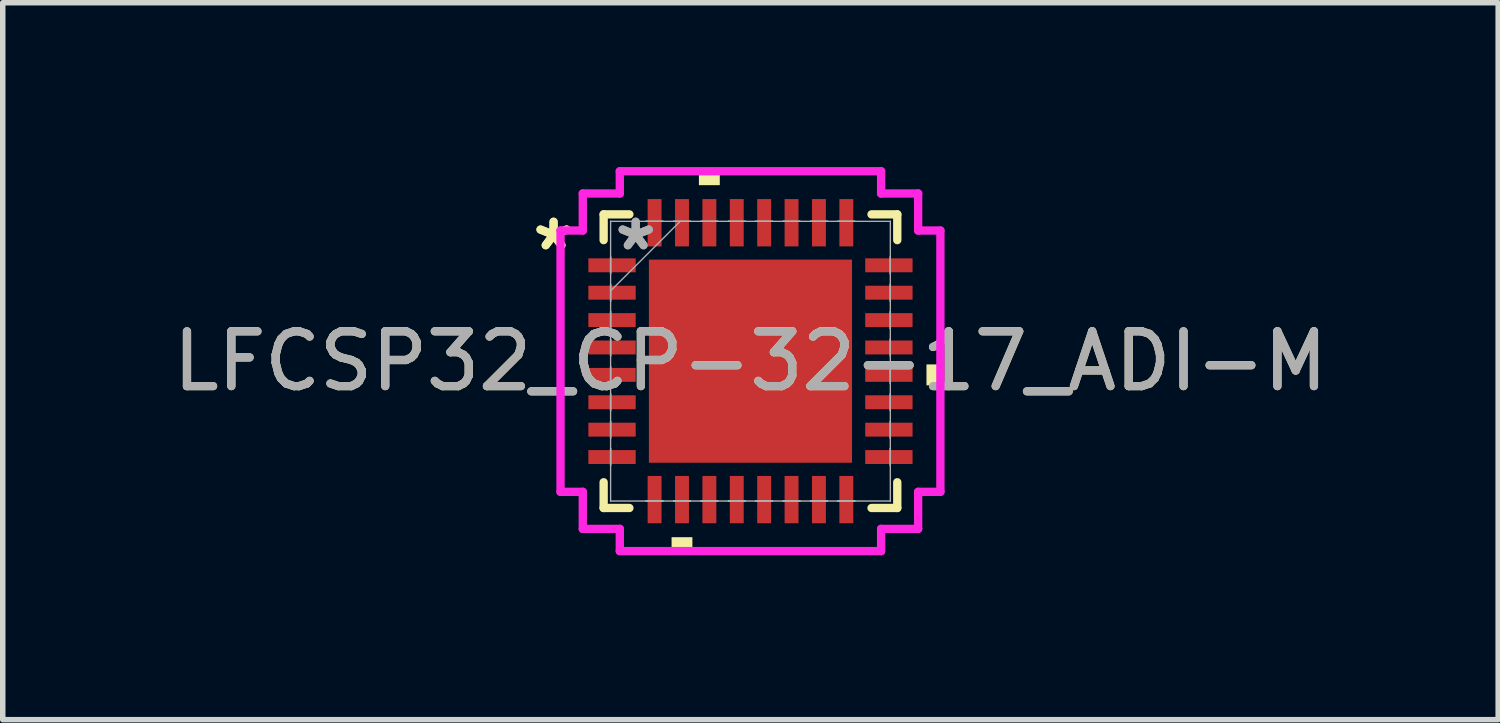
<source format=kicad_pcb>
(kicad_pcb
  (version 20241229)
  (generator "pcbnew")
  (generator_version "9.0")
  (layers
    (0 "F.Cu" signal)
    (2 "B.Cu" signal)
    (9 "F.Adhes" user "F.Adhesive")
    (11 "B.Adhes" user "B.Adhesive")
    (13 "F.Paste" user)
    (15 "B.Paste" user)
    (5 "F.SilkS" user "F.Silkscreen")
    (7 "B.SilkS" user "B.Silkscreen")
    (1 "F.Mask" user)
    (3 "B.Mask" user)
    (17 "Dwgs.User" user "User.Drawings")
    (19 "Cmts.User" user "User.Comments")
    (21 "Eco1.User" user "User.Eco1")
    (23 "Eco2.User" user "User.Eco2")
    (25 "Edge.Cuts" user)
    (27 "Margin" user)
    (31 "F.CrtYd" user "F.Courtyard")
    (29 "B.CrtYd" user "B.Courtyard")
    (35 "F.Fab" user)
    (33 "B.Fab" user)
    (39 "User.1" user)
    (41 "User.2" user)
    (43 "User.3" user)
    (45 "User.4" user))
  (footprint "LFCSP32_CP-32-17_ADI-M"
    (layer "F.Cu")
    (at 10.649 3.543)
    (property "Reference" "LFCSP32_CP-32-17_ADI-M" (at 0 0 0) (unlocked yes) (layer "F.SilkS") (effects (font (size 1 1) (thickness 0.15))))
    (attr smd)
    (fp_line (start -2.68 -2.68) (end -2.68 -2.21) (stroke (width 0.152) (type solid)) (layer "F.SilkS"))
    (fp_line (start -2.68 2.21) (end -2.68 2.68) (stroke (width 0.152) (type solid)) (layer "F.SilkS"))
    (fp_line (start -2.68 2.68) (end -2.21 2.68) (stroke (width 0.152) (type solid)) (layer "F.SilkS"))
    (fp_line (start -2.21 -2.68) (end -2.68 -2.68) (stroke (width 0.152) (type solid)) (layer "F.SilkS"))
    (fp_line (start 2.21 2.68) (end 2.68 2.68) (stroke (width 0.152) (type solid)) (layer "F.SilkS"))
    (fp_line (start 2.68 -2.68) (end 2.21 -2.68) (stroke (width 0.152) (type solid)) (layer "F.SilkS"))
    (fp_line (start 2.68 -2.21) (end 2.68 -2.68) (stroke (width 0.152) (type solid)) (layer "F.SilkS"))
    (fp_line (start 2.68 2.68) (end 2.68 2.21) (stroke (width 0.152) (type solid)) (layer "F.SilkS"))
    (fp_poly (pts (xy -1.44 3.213) (xy -1.44 3.467) (xy -1.06 3.467) (xy -1.06 3.213)) (stroke (width 0) (type solid)) (fill yes) (layer "F.SilkS"))
    (fp_poly (pts (xy -0.941 -3.213) (xy -0.941 -3.467) (xy -0.56 -3.467) (xy -0.56 -3.213)) (stroke (width 0) (type solid)) (fill yes) (layer "F.SilkS"))
    (fp_poly (pts (xy 3.467 0.059) (xy 3.467 0.441) (xy 3.213 0.441) (xy 3.213 0.059)) (stroke (width 0) (type solid)) (fill yes) (layer "F.SilkS"))
    (fp_poly (pts (xy -1.754 -1.754) (xy -1.754 -0.1) (xy -0.1 -0.1) (xy -0.1 -1.754)) (stroke (width 0) (type solid)) (fill yes) (layer "F.Paste"))
    (fp_poly (pts (xy -1.754 0.1) (xy -1.754 1.754) (xy -0.1 1.754) (xy -0.1 0.1)) (stroke (width 0) (type solid)) (fill yes) (layer "F.Paste"))
    (fp_poly (pts (xy 0.1 -1.754) (xy 0.1 -0.1) (xy 1.754 -0.1) (xy 1.754 -1.754)) (stroke (width 0) (type solid)) (fill yes) (layer "F.Paste"))
    (fp_poly (pts (xy 0.1 0.1) (xy 0.1 1.754) (xy 1.754 1.754) (xy 1.754 0.1)) (stroke (width 0) (type solid)) (fill yes) (layer "F.Paste"))
    (fp_line (start -3.467 -2.385) (end -3.061 -2.385) (stroke (width 0.152) (type solid)) (layer "F.CrtYd"))
    (fp_line (start -3.467 2.385) (end -3.467 -2.385) (stroke (width 0.152) (type solid)) (layer "F.CrtYd"))
    (fp_line (start -3.061 -3.061) (end -2.385 -3.061) (stroke (width 0.152) (type solid)) (layer "F.CrtYd"))
    (fp_line (start -3.061 -2.385) (end -3.061 -3.061) (stroke (width 0.152) (type solid)) (layer "F.CrtYd"))
    (fp_line (start -3.061 2.385) (end -3.467 2.385) (stroke (width 0.152) (type solid)) (layer "F.CrtYd"))
    (fp_line (start -3.061 3.061) (end -3.061 2.385) (stroke (width 0.152) (type solid)) (layer "F.CrtYd"))
    (fp_line (start -2.385 -3.467) (end 2.385 -3.467) (stroke (width 0.152) (type solid)) (layer "F.CrtYd"))
    (fp_line (start -2.385 -3.061) (end -2.385 -3.467) (stroke (width 0.152) (type solid)) (layer "F.CrtYd"))
    (fp_line (start -2.385 3.061) (end -3.061 3.061) (stroke (width 0.152) (type solid)) (layer "F.CrtYd"))
    (fp_line (start -2.385 3.467) (end -2.385 3.061) (stroke (width 0.152) (type solid)) (layer "F.CrtYd"))
    (fp_line (start 2.385 -3.467) (end 2.385 -3.061) (stroke (width 0.152) (type solid)) (layer "F.CrtYd"))
    (fp_line (start 2.385 -3.061) (end 3.061 -3.061) (stroke (width 0.152) (type solid)) (layer "F.CrtYd"))
    (fp_line (start 2.385 3.061) (end 2.385 3.467) (stroke (width 0.152) (type solid)) (layer "F.CrtYd"))
    (fp_line (start 2.385 3.467) (end -2.385 3.467) (stroke (width 0.152) (type solid)) (layer "F.CrtYd"))
    (fp_line (start 3.061 -3.061) (end 3.061 -2.385) (stroke (width 0.152) (type solid)) (layer "F.CrtYd"))
    (fp_line (start 3.061 -2.385) (end 3.467 -2.385) (stroke (width 0.152) (type solid)) (layer "F.CrtYd"))
    (fp_line (start 3.061 2.385) (end 3.061 3.061) (stroke (width 0.152) (type solid)) (layer "F.CrtYd"))
    (fp_line (start 3.061 3.061) (end 2.385 3.061) (stroke (width 0.152) (type solid)) (layer "F.CrtYd"))
    (fp_line (start 3.467 -2.385) (end 3.467 2.385) (stroke (width 0.152) (type solid)) (layer "F.CrtYd"))
    (fp_line (start 3.467 2.385) (end 3.061 2.385) (stroke (width 0.152) (type solid)) (layer "F.CrtYd"))
    (fp_line (start -2.553 -2.553) (end -2.553 -2.553) (stroke (width 0.025) (type solid)) (layer "F.Fab"))
    (fp_line (start -2.553 -2.553) (end -2.553 2.553) (stroke (width 0.025) (type solid)) (layer "F.Fab"))
    (fp_line (start -2.553 -1.902) (end -2.553 -1.902) (stroke (width 0.025) (type solid)) (layer "F.Fab"))
    (fp_line (start -2.553 -1.902) (end -2.553 -1.598) (stroke (width 0.025) (type solid)) (layer "F.Fab"))
    (fp_line (start -2.553 -1.598) (end -2.553 -1.902) (stroke (width 0.025) (type solid)) (layer "F.Fab"))
    (fp_line (start -2.553 -1.598) (end -2.553 -1.598) (stroke (width 0.025) (type solid)) (layer "F.Fab"))
    (fp_line (start -2.553 -1.402) (end -2.553 -1.402) (stroke (width 0.025) (type solid)) (layer "F.Fab"))
    (fp_line (start -2.553 -1.402) (end -2.553 -1.098) (stroke (width 0.025) (type solid)) (layer "F.Fab"))
    (fp_line (start -2.553 -1.283) (end -1.283 -2.553) (stroke (width 0.025) (type solid)) (layer "F.Fab"))
    (fp_line (start -2.553 -1.098) (end -2.553 -1.402) (stroke (width 0.025) (type solid)) (layer "F.Fab"))
    (fp_line (start -2.553 -1.098) (end -2.553 -1.098) (stroke (width 0.025) (type solid)) (layer "F.Fab"))
    (fp_line (start -2.553 -0.902) (end -2.553 -0.902) (stroke (width 0.025) (type solid)) (layer "F.Fab"))
    (fp_line (start -2.553 -0.902) (end -2.553 -0.598) (stroke (width 0.025) (type solid)) (layer "F.Fab"))
    (fp_line (start -2.553 -0.598) (end -2.553 -0.902) (stroke (width 0.025) (type solid)) (layer "F.Fab"))
    (fp_line (start -2.553 -0.598) (end -2.553 -0.598) (stroke (width 0.025) (type solid)) (layer "F.Fab"))
    (fp_line (start -2.553 -0.402) (end -2.553 -0.402) (stroke (width 0.025) (type solid)) (layer "F.Fab"))
    (fp_line (start -2.553 -0.402) (end -2.553 -0.098) (stroke (width 0.025) (type solid)) (layer "F.Fab"))
    (fp_line (start -2.553 -0.098) (end -2.553 -0.402) (stroke (width 0.025) (type solid)) (layer "F.Fab"))
    (fp_line (start -2.553 -0.098) (end -2.553 -0.098) (stroke (width 0.025) (type solid)) (layer "F.Fab"))
    (fp_line (start -2.553 0.098) (end -2.553 0.098) (stroke (width 0.025) (type solid)) (layer "F.Fab"))
    (fp_line (start -2.553 0.098) (end -2.553 0.402) (stroke (width 0.025) (type solid)) (layer "F.Fab"))
    (fp_line (start -2.553 0.402) (end -2.553 0.098) (stroke (width 0.025) (type solid)) (layer "F.Fab"))
    (fp_line (start -2.553 0.402) (end -2.553 0.402) (stroke (width 0.025) (type solid)) (layer "F.Fab"))
    (fp_line (start -2.553 0.598) (end -2.553 0.598) (stroke (width 0.025) (type solid)) (layer "F.Fab"))
    (fp_line (start -2.553 0.598) (end -2.553 0.902) (stroke (width 0.025) (type solid)) (layer "F.Fab"))
    (fp_line (start -2.553 0.902) (end -2.553 0.598) (stroke (width 0.025) (type solid)) (layer "F.Fab"))
    (fp_line (start -2.553 0.902) (end -2.553 0.902) (stroke (width 0.025) (type solid)) (layer "F.Fab"))
    (fp_line (start -2.553 1.098) (end -2.553 1.098) (stroke (width 0.025) (type solid)) (layer "F.Fab"))
    (fp_line (start -2.553 1.098) (end -2.553 1.402) (stroke (width 0.025) (type solid)) (layer "F.Fab"))
    (fp_line (start -2.553 1.402) (end -2.553 1.098) (stroke (width 0.025) (type solid)) (layer "F.Fab"))
    (fp_line (start -2.553 1.402) (end -2.553 1.402) (stroke (width 0.025) (type solid)) (layer "F.Fab"))
    (fp_line (start -2.553 1.598) (end -2.553 1.598) (stroke (width 0.025) (type solid)) (layer "F.Fab"))
    (fp_line (start -2.553 1.598) (end -2.553 1.902) (stroke (width 0.025) (type solid)) (layer "F.Fab"))
    (fp_line (start -2.553 1.902) (end -2.553 1.598) (stroke (width 0.025) (type solid)) (layer "F.Fab"))
    (fp_line (start -2.553 1.902) (end -2.553 1.902) (stroke (width 0.025) (type solid)) (layer "F.Fab"))
    (fp_line (start -2.553 2.553) (end -2.553 2.553) (stroke (width 0.025) (type solid)) (layer "F.Fab"))
    (fp_line (start -2.553 2.553) (end 2.553 2.553) (stroke (width 0.025) (type solid)) (layer "F.Fab"))
    (fp_line (start -1.902 -2.553) (end -1.902 -2.553) (stroke (width 0.025) (type solid)) (layer "F.Fab"))
    (fp_line (start -1.902 -2.553) (end -1.598 -2.553) (stroke (width 0.025) (type solid)) (layer "F.Fab"))
    (fp_line (start -1.902 2.553) (end -1.902 2.553) (stroke (width 0.025) (type solid)) (layer "F.Fab"))
    (fp_line (start -1.902 2.553) (end -1.598 2.553) (stroke (width 0.025) (type solid)) (layer "F.Fab"))
    (fp_line (start -1.598 -2.553) (end -1.902 -2.553) (stroke (width 0.025) (type solid)) (layer "F.Fab"))
    (fp_line (start -1.598 -2.553) (end -1.598 -2.553) (stroke (width 0.025) (type solid)) (layer "F.Fab"))
    (fp_line (start -1.598 2.553) (end -1.902 2.553) (stroke (width 0.025) (type solid)) (layer "F.Fab"))
    (fp_line (start -1.598 2.553) (end -1.598 2.553) (stroke (width 0.025) (type solid)) (layer "F.Fab"))
    (fp_line (start -1.402 -2.553) (end -1.402 -2.553) (stroke (width 0.025) (type solid)) (layer "F.Fab"))
    (fp_line (start -1.402 -2.553) (end -1.098 -2.553) (stroke (width 0.025) (type solid)) (layer "F.Fab"))
    (fp_line (start -1.402 2.553) (end -1.402 2.553) (stroke (width 0.025) (type solid)) (layer "F.Fab"))
    (fp_line (start -1.402 2.553) (end -1.098 2.553) (stroke (width 0.025) (type solid)) (layer "F.Fab"))
    (fp_line (start -1.098 -2.553) (end -1.402 -2.553) (stroke (width 0.025) (type solid)) (layer "F.Fab"))
    (fp_line (start -1.098 -2.553) (end -1.098 -2.553) (stroke (width 0.025) (type solid)) (layer "F.Fab"))
    (fp_line (start -1.098 2.553) (end -1.402 2.553) (stroke (width 0.025) (type solid)) (layer "F.Fab"))
    (fp_line (start -1.098 2.553) (end -1.098 2.553) (stroke (width 0.025) (type solid)) (layer "F.Fab"))
    (fp_line (start -0.902 -2.553) (end -0.902 -2.553) (stroke (width 0.025) (type solid)) (layer "F.Fab"))
    (fp_line (start -0.902 -2.553) (end -0.598 -2.553) (stroke (width 0.025) (type solid)) (layer "F.Fab"))
    (fp_line (start -0.902 2.553) (end -0.902 2.553) (stroke (width 0.025) (type solid)) (layer "F.Fab"))
    (fp_line (start -0.902 2.553) (end -0.598 2.553) (stroke (width 0.025) (type solid)) (layer "F.Fab"))
    (fp_line (start -0.598 -2.553) (end -0.902 -2.553) (stroke (width 0.025) (type solid)) (layer "F.Fab"))
    (fp_line (start -0.598 -2.553) (end -0.598 -2.553) (stroke (width 0.025) (type solid)) (layer "F.Fab"))
    (fp_line (start -0.598 2.553) (end -0.902 2.553) (stroke (width 0.025) (type solid)) (layer "F.Fab"))
    (fp_line (start -0.598 2.553) (end -0.598 2.553) (stroke (width 0.025) (type solid)) (layer "F.Fab"))
    (fp_line (start -0.402 -2.553) (end -0.402 -2.553) (stroke (width 0.025) (type solid)) (layer "F.Fab"))
    (fp_line (start -0.402 -2.553) (end -0.098 -2.553) (stroke (width 0.025) (type solid)) (layer "F.Fab"))
    (fp_line (start -0.402 2.553) (end -0.402 2.553) (stroke (width 0.025) (type solid)) (layer "F.Fab"))
    (fp_line (start -0.402 2.553) (end -0.098 2.553) (stroke (width 0.025) (type solid)) (layer "F.Fab"))
    (fp_line (start -0.098 -2.553) (end -0.402 -2.553) (stroke (width 0.025) (type solid)) (layer "F.Fab"))
    (fp_line (start -0.098 -2.553) (end -0.098 -2.553) (stroke (width 0.025) (type solid)) (layer "F.Fab"))
    (fp_line (start -0.098 2.553) (end -0.402 2.553) (stroke (width 0.025) (type solid)) (layer "F.Fab"))
    (fp_line (start -0.098 2.553) (end -0.098 2.553) (stroke (width 0.025) (type solid)) (layer "F.Fab"))
    (fp_line (start 0.098 -2.553) (end 0.098 -2.553) (stroke (width 0.025) (type solid)) (layer "F.Fab"))
    (fp_line (start 0.098 -2.553) (end 0.402 -2.553) (stroke (width 0.025) (type solid)) (layer "F.Fab"))
    (fp_line (start 0.098 2.553) (end 0.098 2.553) (stroke (width 0.025) (type solid)) (layer "F.Fab"))
    (fp_line (start 0.098 2.553) (end 0.402 2.553) (stroke (width 0.025) (type solid)) (layer "F.Fab"))
    (fp_line (start 0.402 -2.553) (end 0.098 -2.553) (stroke (width 0.025) (type solid)) (layer "F.Fab"))
    (fp_line (start 0.402 -2.553) (end 0.402 -2.553) (stroke (width 0.025) (type solid)) (layer "F.Fab"))
    (fp_line (start 0.402 2.553) (end 0.098 2.553) (stroke (width 0.025) (type solid)) (layer "F.Fab"))
    (fp_line (start 0.402 2.553) (end 0.402 2.553) (stroke (width 0.025) (type solid)) (layer "F.Fab"))
    (fp_line (start 0.598 -2.553) (end 0.598 -2.553) (stroke (width 0.025) (type solid)) (layer "F.Fab"))
    (fp_line (start 0.598 -2.553) (end 0.902 -2.553) (stroke (width 0.025) (type solid)) (layer "F.Fab"))
    (fp_line (start 0.598 2.553) (end 0.598 2.553) (stroke (width 0.025) (type solid)) (layer "F.Fab"))
    (fp_line (start 0.598 2.553) (end 0.902 2.553) (stroke (width 0.025) (type solid)) (layer "F.Fab"))
    (fp_line (start 0.902 -2.553) (end 0.598 -2.553) (stroke (width 0.025) (type solid)) (layer "F.Fab"))
    (fp_line (start 0.902 -2.553) (end 0.902 -2.553) (stroke (width 0.025) (type solid)) (layer "F.Fab"))
    (fp_line (start 0.902 2.553) (end 0.598 2.553) (stroke (width 0.025) (type solid)) (layer "F.Fab"))
    (fp_line (start 0.902 2.553) (end 0.902 2.553) (stroke (width 0.025) (type solid)) (layer "F.Fab"))
    (fp_line (start 1.098 -2.553) (end 1.098 -2.553) (stroke (width 0.025) (type solid)) (layer "F.Fab"))
    (fp_line (start 1.098 -2.553) (end 1.402 -2.553) (stroke (width 0.025) (type solid)) (layer "F.Fab"))
    (fp_line (start 1.098 2.553) (end 1.098 2.553) (stroke (width 0.025) (type solid)) (layer "F.Fab"))
    (fp_line (start 1.098 2.553) (end 1.402 2.553) (stroke (width 0.025) (type solid)) (layer "F.Fab"))
    (fp_line (start 1.402 -2.553) (end 1.098 -2.553) (stroke (width 0.025) (type solid)) (layer "F.Fab"))
    (fp_line (start 1.402 -2.553) (end 1.402 -2.553) (stroke (width 0.025) (type solid)) (layer "F.Fab"))
    (fp_line (start 1.402 2.553) (end 1.098 2.553) (stroke (width 0.025) (type solid)) (layer "F.Fab"))
    (fp_line (start 1.402 2.553) (end 1.402 2.553) (stroke (width 0.025) (type solid)) (layer "F.Fab"))
    (fp_line (start 1.598 -2.553) (end 1.598 -2.553) (stroke (width 0.025) (type solid)) (layer "F.Fab"))
    (fp_line (start 1.598 -2.553) (end 1.902 -2.553) (stroke (width 0.025) (type solid)) (layer "F.Fab"))
    (fp_line (start 1.598 2.553) (end 1.598 2.553) (stroke (width 0.025) (type solid)) (layer "F.Fab"))
    (fp_line (start 1.598 2.553) (end 1.902 2.553) (stroke (width 0.025) (type solid)) (layer "F.Fab"))
    (fp_line (start 1.902 -2.553) (end 1.598 -2.553) (stroke (width 0.025) (type solid)) (layer "F.Fab"))
    (fp_line (start 1.902 -2.553) (end 1.902 -2.553) (stroke (width 0.025) (type solid)) (layer "F.Fab"))
    (fp_line (start 1.902 2.553) (end 1.598 2.553) (stroke (width 0.025) (type solid)) (layer "F.Fab"))
    (fp_line (start 1.902 2.553) (end 1.902 2.553) (stroke (width 0.025) (type solid)) (layer "F.Fab"))
    (fp_line (start 2.553 -2.553) (end -2.553 -2.553) (stroke (width 0.025) (type solid)) (layer "F.Fab"))
    (fp_line (start 2.553 -2.553) (end 2.553 -2.553) (stroke (width 0.025) (type solid)) (layer "F.Fab"))
    (fp_line (start 2.553 -1.902) (end 2.553 -1.902) (stroke (width 0.025) (type solid)) (layer "F.Fab"))
    (fp_line (start 2.553 -1.902) (end 2.553 -1.598) (stroke (width 0.025) (type solid)) (layer "F.Fab"))
    (fp_line (start 2.553 -1.598) (end 2.553 -1.902) (stroke (width 0.025) (type solid)) (layer "F.Fab"))
    (fp_line (start 2.553 -1.598) (end 2.553 -1.598) (stroke (width 0.025) (type solid)) (layer "F.Fab"))
    (fp_line (start 2.553 -1.402) (end 2.553 -1.402) (stroke (width 0.025) (type solid)) (layer "F.Fab"))
    (fp_line (start 2.553 -1.402) (end 2.553 -1.098) (stroke (width 0.025) (type solid)) (layer "F.Fab"))
    (fp_line (start 2.553 -1.098) (end 2.553 -1.402) (stroke (width 0.025) (type solid)) (layer "F.Fab"))
    (fp_line (start 2.553 -1.098) (end 2.553 -1.098) (stroke (width 0.025) (type solid)) (layer "F.Fab"))
    (fp_line (start 2.553 -0.902) (end 2.553 -0.902) (stroke (width 0.025) (type solid)) (layer "F.Fab"))
    (fp_line (start 2.553 -0.902) (end 2.553 -0.598) (stroke (width 0.025) (type solid)) (layer "F.Fab"))
    (fp_line (start 2.553 -0.598) (end 2.553 -0.902) (stroke (width 0.025) (type solid)) (layer "F.Fab"))
    (fp_line (start 2.553 -0.598) (end 2.553 -0.598) (stroke (width 0.025) (type solid)) (layer "F.Fab"))
    (fp_line (start 2.553 -0.402) (end 2.553 -0.402) (stroke (width 0.025) (type solid)) (layer "F.Fab"))
    (fp_line (start 2.553 -0.402) (end 2.553 -0.098) (stroke (width 0.025) (type solid)) (layer "F.Fab"))
    (fp_line (start 2.553 -0.098) (end 2.553 -0.402) (stroke (width 0.025) (type solid)) (layer "F.Fab"))
    (fp_line (start 2.553 -0.098) (end 2.553 -0.098) (stroke (width 0.025) (type solid)) (layer "F.Fab"))
    (fp_line (start 2.553 0.098) (end 2.553 0.098) (stroke (width 0.025) (type solid)) (layer "F.Fab"))
    (fp_line (start 2.553 0.098) (end 2.553 0.402) (stroke (width 0.025) (type solid)) (layer "F.Fab"))
    (fp_line (start 2.553 0.402) (end 2.553 0.098) (stroke (width 0.025) (type solid)) (layer "F.Fab"))
    (fp_line (start 2.553 0.402) (end 2.553 0.402) (stroke (width 0.025) (type solid)) (layer "F.Fab"))
    (fp_line (start 2.553 0.598) (end 2.553 0.598) (stroke (width 0.025) (type solid)) (layer "F.Fab"))
    (fp_line (start 2.553 0.598) (end 2.553 0.902) (stroke (width 0.025) (type solid)) (layer "F.Fab"))
    (fp_line (start 2.553 0.902) (end 2.553 0.598) (stroke (width 0.025) (type solid)) (layer "F.Fab"))
    (fp_line (start 2.553 0.902) (end 2.553 0.902) (stroke (width 0.025) (type solid)) (layer "F.Fab"))
    (fp_line (start 2.553 1.098) (end 2.553 1.098) (stroke (width 0.025) (type solid)) (layer "F.Fab"))
    (fp_line (start 2.553 1.098) (end 2.553 1.402) (stroke (width 0.025) (type solid)) (layer "F.Fab"))
    (fp_line (start 2.553 1.402) (end 2.553 1.098) (stroke (width 0.025) (type solid)) (layer "F.Fab"))
    (fp_line (start 2.553 1.402) (end 2.553 1.402) (stroke (width 0.025) (type solid)) (layer "F.Fab"))
    (fp_line (start 2.553 1.598) (end 2.553 1.598) (stroke (width 0.025) (type solid)) (layer "F.Fab"))
    (fp_line (start 2.553 1.598) (end 2.553 1.902) (stroke (width 0.025) (type solid)) (layer "F.Fab"))
    (fp_line (start 2.553 1.902) (end 2.553 1.598) (stroke (width 0.025) (type solid)) (layer "F.Fab"))
    (fp_line (start 2.553 1.902) (end 2.553 1.902) (stroke (width 0.025) (type solid)) (layer "F.Fab"))
    (fp_line (start 2.553 2.553) (end 2.553 -2.553) (stroke (width 0.025) (type solid)) (layer "F.Fab"))
    (fp_line (start 2.553 2.553) (end 2.553 2.553) (stroke (width 0.025) (type solid)) (layer "F.Fab"))
    (fp_text user "*" (at -3.594 -2 0) (unlocked yes) (layer "F.SilkS") (effects (font (size 1 1) (thickness 0.15))))
    (fp_text user "*" (at -3.594 -2 0) (layer "F.SilkS") (effects (font (size 1 1) (thickness 0.15))))
    (fp_text user "*" (at -2.095 -2 0) (unlocked yes) (layer "F.Fab") (effects (font (size 1 1) (thickness 0.15))))
    (fp_text user "${REFERENCE}" (at 0 0 0) (unlocked yes) (layer "F.Fab") (effects (font (size 1 1) (thickness 0.15))))
    (fp_text user "*" (at -2.095 -2 0) (layer "F.Fab") (effects (font (size 1 1) (thickness 0.15))))
    (pad "1" smd rect (at -2.527 -1.75 90) (size 0.254 0.864) (layers "F.Cu" "F.Mask" "F.Paste"))
    (pad "2" smd rect (at -2.527 -1.25 90) (size 0.254 0.864) (layers "F.Cu" "F.Mask" "F.Paste"))
    (pad "3" smd rect (at -2.527 -0.75 90) (size 0.254 0.864) (layers "F.Cu" "F.Mask" "F.Paste"))
    (pad "4" smd rect (at -2.527 -0.25 90) (size 0.254 0.864) (layers "F.Cu" "F.Mask" "F.Paste"))
    (pad "5" smd rect (at -2.527 0.25 90) (size 0.254 0.864) (layers "F.Cu" "F.Mask" "F.Paste"))
    (pad "6" smd rect (at -2.527 0.75 90) (size 0.254 0.864) (layers "F.Cu" "F.Mask" "F.Paste"))
    (pad "7" smd rect (at -2.527 1.25 90) (size 0.254 0.864) (layers "F.Cu" "F.Mask" "F.Paste"))
    (pad "8" smd rect (at -2.527 1.75 90) (size 0.254 0.864) (layers "F.Cu" "F.Mask" "F.Paste"))
    (pad "9" smd rect (at -1.75 2.527) (size 0.254 0.864) (layers "F.Cu" "F.Mask" "F.Paste"))
    (pad "10" smd rect (at -1.25 2.527) (size 0.254 0.864) (layers "F.Cu" "F.Mask" "F.Paste"))
    (pad "11" smd rect (at -0.75 2.527) (size 0.254 0.864) (layers "F.Cu" "F.Mask" "F.Paste"))
    (pad "12" smd rect (at -0.25 2.527) (size 0.254 0.864) (layers "F.Cu" "F.Mask" "F.Paste"))
    (pad "13" smd rect (at 0.25 2.527) (size 0.254 0.864) (layers "F.Cu" "F.Mask" "F.Paste"))
    (pad "14" smd rect (at 0.75 2.527) (size 0.254 0.864) (layers "F.Cu" "F.Mask" "F.Paste"))
    (pad "15" smd rect (at 1.25 2.527) (size 0.254 0.864) (layers "F.Cu" "F.Mask" "F.Paste"))
    (pad "16" smd rect (at 1.75 2.527) (size 0.254 0.864) (layers "F.Cu" "F.Mask" "F.Paste"))
    (pad "17" smd rect (at 2.527 1.75 90) (size 0.254 0.864) (layers "F.Cu" "F.Mask" "F.Paste"))
    (pad "18" smd rect (at 2.527 1.25 90) (size 0.254 0.864) (layers "F.Cu" "F.Mask" "F.Paste"))
    (pad "19" smd rect (at 2.527 0.75 90) (size 0.254 0.864) (layers "F.Cu" "F.Mask" "F.Paste"))
    (pad "20" smd rect (at 2.527 0.25 90) (size 0.254 0.864) (layers "F.Cu" "F.Mask" "F.Paste"))
    (pad "21" smd rect (at 2.527 -0.25 90) (size 0.254 0.864) (layers "F.Cu" "F.Mask" "F.Paste"))
    (pad "22" smd rect (at 2.527 -0.75 90) (size 0.254 0.864) (layers "F.Cu" "F.Mask" "F.Paste"))
    (pad "23" smd rect (at 2.527 -1.25 90) (size 0.254 0.864) (layers "F.Cu" "F.Mask" "F.Paste"))
    (pad "24" smd rect (at 2.527 -1.75 90) (size 0.254 0.864) (layers "F.Cu" "F.Mask" "F.Paste"))
    (pad "25" smd rect (at 1.75 -2.527) (size 0.254 0.864) (layers "F.Cu" "F.Mask" "F.Paste"))
    (pad "26" smd rect (at 1.25 -2.527) (size 0.254 0.864) (layers "F.Cu" "F.Mask" "F.Paste"))
    (pad "27" smd rect (at 0.75 -2.527) (size 0.254 0.864) (layers "F.Cu" "F.Mask" "F.Paste"))
    (pad "28" smd rect (at 0.25 -2.527) (size 0.254 0.864) (layers "F.Cu" "F.Mask" "F.Paste"))
    (pad "29" smd rect (at -0.25 -2.527) (size 0.254 0.864) (layers "F.Cu" "F.Mask" "F.Paste"))
    (pad "30" smd rect (at -0.75 -2.527) (size 0.254 0.864) (layers "F.Cu" "F.Mask" "F.Paste"))
    (pad "31" smd rect (at -1.25 -2.527) (size 0.254 0.864) (layers "F.Cu" "F.Mask" "F.Paste"))
    (pad "32" smd rect (at -1.75 -2.527) (size 0.254 0.864) (layers "F.Cu" "F.Mask" "F.Paste"))
    (pad "33" smd rect (at 0 0) (size 3.708 3.708) (layers "F.Cu" "F.Mask" "F.Paste")))
  (gr_rect
    (start -3 -3)
    (end 24.298 10.087)
    (stroke (width 0.1) (type default))
    (fill no)
    (layer "Edge.Cuts")))
</source>
